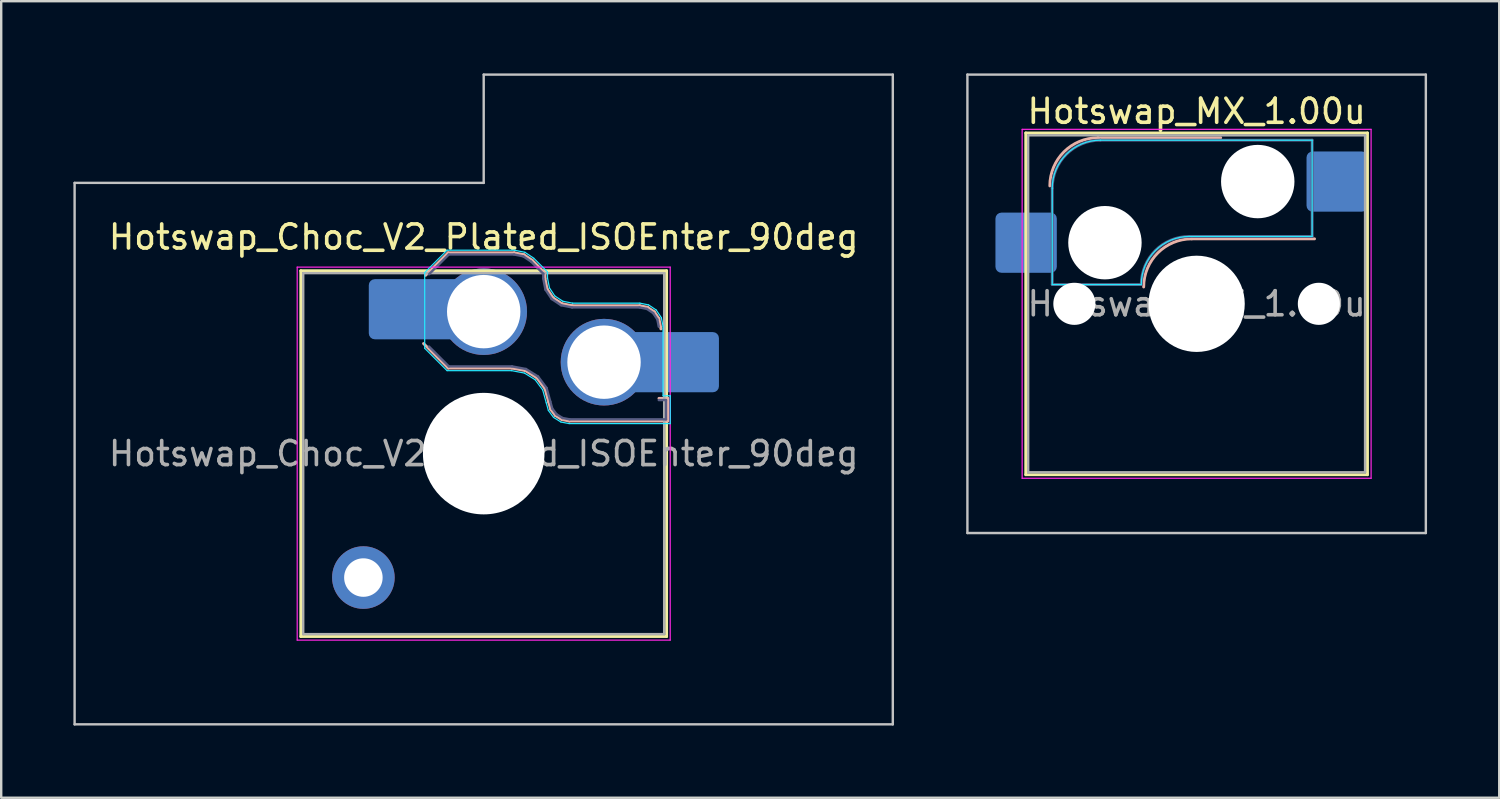
<source format=kicad_pcb>
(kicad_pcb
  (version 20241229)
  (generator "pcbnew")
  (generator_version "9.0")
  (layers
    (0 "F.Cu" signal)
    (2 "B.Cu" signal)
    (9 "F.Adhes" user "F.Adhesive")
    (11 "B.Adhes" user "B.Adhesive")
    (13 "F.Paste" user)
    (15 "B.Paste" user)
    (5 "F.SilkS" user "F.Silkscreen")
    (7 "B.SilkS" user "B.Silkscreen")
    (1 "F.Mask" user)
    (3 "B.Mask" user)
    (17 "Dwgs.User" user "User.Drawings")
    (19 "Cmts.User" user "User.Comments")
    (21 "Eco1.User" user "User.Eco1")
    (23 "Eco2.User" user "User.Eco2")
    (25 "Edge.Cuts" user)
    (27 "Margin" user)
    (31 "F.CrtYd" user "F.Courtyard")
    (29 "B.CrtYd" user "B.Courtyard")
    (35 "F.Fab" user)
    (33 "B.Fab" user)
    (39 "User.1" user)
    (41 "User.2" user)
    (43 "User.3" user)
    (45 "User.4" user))
  (footprint "Hotswap_MX_1.00u"
    (layer "F.Cu")
    (at 46.675 9.575)
    (property "Reference" "Hotswap_MX_1.00u" (at 0 -8 0) (layer "F.SilkS") (effects (font (size 1 1) (thickness 0.15))))
    (attr smd)
    (fp_line (start -7.1 -7.1) (end -7.1 7.1) (stroke (width 0.12) (type solid)) (layer "F.SilkS"))
    (fp_line (start -7.1 7.1) (end 7.1 7.1) (stroke (width 0.12) (type solid)) (layer "F.SilkS"))
    (fp_line (start 7.1 -7.1) (end -7.1 -7.1) (stroke (width 0.12) (type solid)) (layer "F.SilkS"))
    (fp_line (start 7.1 7.1) (end 7.1 -7.1) (stroke (width 0.12) (type solid)) (layer "F.SilkS"))
    (fp_line (start -4.1 -6.9) (end 1 -6.9) (stroke (width 0.12) (type solid)) (layer "B.SilkS"))
    (fp_line (start -0.2 -2.7) (end 4.9 -2.7) (stroke (width 0.12) (type solid)) (layer "B.SilkS"))
    (fp_arc (start -6.1 -4.9) (mid -5.514214 -6.314214) (end -4.1 -6.9) (stroke (width 0.12) (type solid)) (layer "B.SilkS"))
    (fp_arc (start -2.2 -0.7) (mid -1.614214 -2.114214) (end -0.2 -2.7) (stroke (width 0.12) (type solid)) (layer "B.SilkS"))
    (fp_line (start -9.525 -9.525) (end -9.525 9.525) (stroke (width 0.1) (type solid)) (layer "Dwgs.User"))
    (fp_line (start -9.525 9.525) (end 9.525 9.525) (stroke (width 0.1) (type solid)) (layer "Dwgs.User"))
    (fp_line (start 9.525 -9.525) (end -9.525 -9.525) (stroke (width 0.1) (type solid)) (layer "Dwgs.User"))
    (fp_line (start 9.525 9.525) (end 9.525 -9.525) (stroke (width 0.1) (type solid)) (layer "Dwgs.User"))
    (fp_line (start -7.8 -6) (end -7 -6) (stroke (width 0.1) (type solid)) (layer "Eco1.User"))
    (fp_line (start -7.8 -2.9) (end -7.8 -6) (stroke (width 0.1) (type solid)) (layer "Eco1.User"))
    (fp_line (start -7.8 2.9) (end -7 2.9) (stroke (width 0.1) (type solid)) (layer "Eco1.User"))
    (fp_line (start -7.8 6) (end -7.8 2.9) (stroke (width 0.1) (type solid)) (layer "Eco1.User"))
    (fp_line (start -7 -7) (end 7 -7) (stroke (width 0.1) (type solid)) (layer "Eco1.User"))
    (fp_line (start -7 -6) (end -7 -7) (stroke (width 0.1) (type solid)) (layer "Eco1.User"))
    (fp_line (start -7 -2.9) (end -7.8 -2.9) (stroke (width 0.1) (type solid)) (layer "Eco1.User"))
    (fp_line (start -7 2.9) (end -7 -2.9) (stroke (width 0.1) (type solid)) (layer "Eco1.User"))
    (fp_line (start -7 6) (end -7.8 6) (stroke (width 0.1) (type solid)) (layer "Eco1.User"))
    (fp_line (start -7 7) (end -7 6) (stroke (width 0.1) (type solid)) (layer "Eco1.User"))
    (fp_line (start 7 -7) (end 7 -6) (stroke (width 0.1) (type solid)) (layer "Eco1.User"))
    (fp_line (start 7 -6) (end 7.8 -6) (stroke (width 0.1) (type solid)) (layer "Eco1.User"))
    (fp_line (start 7 -2.9) (end 7 2.9) (stroke (width 0.1) (type solid)) (layer "Eco1.User"))
    (fp_line (start 7 2.9) (end 7.8 2.9) (stroke (width 0.1) (type solid)) (layer "Eco1.User"))
    (fp_line (start 7 6) (end 7 7) (stroke (width 0.1) (type solid)) (layer "Eco1.User"))
    (fp_line (start 7 7) (end -7 7) (stroke (width 0.1) (type solid)) (layer "Eco1.User"))
    (fp_line (start 7.8 -6) (end 7.8 -2.9) (stroke (width 0.1) (type solid)) (layer "Eco1.User"))
    (fp_line (start 7.8 -2.9) (end 7 -2.9) (stroke (width 0.1) (type solid)) (layer "Eco1.User"))
    (fp_line (start 7.8 2.9) (end 7.8 6) (stroke (width 0.1) (type solid)) (layer "Eco1.User"))
    (fp_line (start 7.8 6) (end 7 6) (stroke (width 0.1) (type solid)) (layer "Eco1.User"))
    (fp_line (start -6 -0.8) (end -6 -4.8) (stroke (width 0.05) (type solid)) (layer "B.CrtYd"))
    (fp_line (start -6 -0.8) (end -2.3 -0.8) (stroke (width 0.05) (type solid)) (layer "B.CrtYd"))
    (fp_line (start -4 -6.8) (end 4.8 -6.8) (stroke (width 0.05) (type solid)) (layer "B.CrtYd"))
    (fp_line (start -0.3 -2.8) (end 4.8 -2.8) (stroke (width 0.05) (type solid)) (layer "B.CrtYd"))
    (fp_line (start 4.8 -6.8) (end 4.8 -2.8) (stroke (width 0.05) (type solid)) (layer "B.CrtYd"))
    (fp_arc (start -6 -4.8) (mid -5.414214 -6.214214) (end -4 -6.8) (stroke (width 0.05) (type solid)) (layer "B.CrtYd"))
    (fp_arc (start -2.3 -0.8) (mid -1.714214 -2.214214) (end -0.3 -2.8) (stroke (width 0.05) (type solid)) (layer "B.CrtYd"))
    (fp_line (start -7.25 -7.25) (end -7.25 7.25) (stroke (width 0.05) (type solid)) (layer "F.CrtYd"))
    (fp_line (start -7.25 7.25) (end 7.25 7.25) (stroke (width 0.05) (type solid)) (layer "F.CrtYd"))
    (fp_line (start 7.25 -7.25) (end -7.25 -7.25) (stroke (width 0.05) (type solid)) (layer "F.CrtYd"))
    (fp_line (start 7.25 7.25) (end 7.25 -7.25) (stroke (width 0.05) (type solid)) (layer "F.CrtYd"))
    (fp_line (start -6 -0.8) (end -6 -4.8) (stroke (width 0.12) (type solid)) (layer "B.Fab"))
    (fp_line (start -6 -0.8) (end -2.3 -0.8) (stroke (width 0.12) (type solid)) (layer "B.Fab"))
    (fp_line (start -4 -6.8) (end 4.8 -6.8) (stroke (width 0.12) (type solid)) (layer "B.Fab"))
    (fp_line (start -0.3 -2.8) (end 4.8 -2.8) (stroke (width 0.12) (type solid)) (layer "B.Fab"))
    (fp_line (start 4.8 -6.8) (end 4.8 -2.8) (stroke (width 0.12) (type solid)) (layer "B.Fab"))
    (fp_arc (start -6 -4.8) (mid -5.414214 -6.214214) (end -4 -6.8) (stroke (width 0.12) (type solid)) (layer "B.Fab"))
    (fp_arc (start -2.3 -0.8) (mid -1.714214 -2.214214) (end -0.3 -2.8) (stroke (width 0.12) (type solid)) (layer "B.Fab"))
    (fp_line (start -7 -7) (end -7 7) (stroke (width 0.1) (type solid)) (layer "F.Fab"))
    (fp_line (start -7 7) (end 7 7) (stroke (width 0.1) (type solid)) (layer "F.Fab"))
    (fp_line (start 7 -7) (end -7 -7) (stroke (width 0.1) (type solid)) (layer "F.Fab"))
    (fp_line (start 7 7) (end 7 -7) (stroke (width 0.1) (type solid)) (layer "F.Fab"))
    (fp_text user "${REFERENCE}" (at 0 0 0) (layer "F.Fab") (effects (font (size 1 1) (thickness 0.15))))
    (pad "" np_thru_hole circle (at -5.08 0) (size 1.75 1.75) (drill 1.75) (layers "*.Cu" "*.Mask"))
    (pad "" np_thru_hole circle (at -3.81 -2.54) (size 3.05 3.05) (drill 3.05) (layers "*.Cu" "*.Mask"))
    (pad "" np_thru_hole circle (at 0 0) (size 4 4) (drill 4) (layers "*.Cu" "*.Mask"))
    (pad "" np_thru_hole circle (at 2.54 -5.08) (size 3.05 3.05) (drill 3.05) (layers "*.Cu" "*.Mask"))
    (pad "" np_thru_hole circle (at 5.08 0) (size 1.75 1.75) (drill 1.75) (layers "*.Cu" "*.Mask"))
    (pad "1" smd roundrect (at -7.085 -2.54) (size 2.55 2.5) (layers "B.Cu" "B.Mask" "B.Paste") (roundrect_rratio 0.1))
    (pad "2" smd roundrect (at 5.842 -5.08) (size 2.55 2.5) (layers "B.Cu" "B.Mask" "B.Paste") (roundrect_rratio 0.1)))
  (footprint "Hotswap_Choc_V2_Plated_ISOEnter_90deg"
    (layer "F.Cu")
    (at 17.05 15.8)
    (property "Reference" "Hotswap_Choc_V2_Plated_ISOEnter_90deg" (at 0 -9 0) (layer "F.SilkS") (effects (font (size 1 1) (thickness 0.15))))
    (attr smd allow_soldermask_bridges)
    (fp_line (start -7.6 -7.6) (end -7.6 7.6) (stroke (width 0.12) (type solid)) (layer "F.SilkS"))
    (fp_line (start -7.6 7.6) (end 7.6 7.6) (stroke (width 0.12) (type solid)) (layer "F.SilkS"))
    (fp_line (start 7.6 -7.6) (end -7.6 -7.6) (stroke (width 0.12) (type solid)) (layer "F.SilkS"))
    (fp_line (start 7.6 7.6) (end 7.6 -7.6) (stroke (width 0.12) (type solid)) (layer "F.SilkS"))
    (fp_line (start -2.416 -7.409) (end -1.479 -8.346) (stroke (width 0.12) (type solid)) (layer "B.SilkS"))
    (fp_line (start -1.479 -8.346) (end 1.268 -8.346) (stroke (width 0.12) (type solid)) (layer "B.SilkS"))
    (fp_line (start -1.479 -3.554) (end -2.5 -4.575) (stroke (width 0.12) (type solid)) (layer "B.SilkS"))
    (fp_line (start 1.168 -3.554) (end -1.479 -3.554) (stroke (width 0.12) (type solid)) (layer "B.SilkS"))
    (fp_line (start 1.268 -8.346) (end 1.671 -8.266) (stroke (width 0.12) (type solid)) (layer "B.SilkS"))
    (fp_line (start 1.671 -8.266) (end 2.013 -8.037) (stroke (width 0.12) (type solid)) (layer "B.SilkS"))
    (fp_line (start 1.73 -3.449) (end 1.168 -3.554) (stroke (width 0.12) (type solid)) (layer "B.SilkS"))
    (fp_line (start 2.013 -8.037) (end 2.546 -7.504) (stroke (width 0.12) (type solid)) (layer "B.SilkS"))
    (fp_line (start 2.209 -3.15) (end 1.73 -3.449) (stroke (width 0.12) (type solid)) (layer "B.SilkS"))
    (fp_line (start 2.546 -7.504) (end 2.546 -7.282) (stroke (width 0.12) (type solid)) (layer "B.SilkS"))
    (fp_line (start 2.546 -7.282) (end 2.633 -6.844) (stroke (width 0.12) (type solid)) (layer "B.SilkS"))
    (fp_line (start 2.547 -2.697) (end 2.209 -3.15) (stroke (width 0.12) (type solid)) (layer "B.SilkS"))
    (fp_line (start 2.633 -6.844) (end 2.877 -6.477) (stroke (width 0.12) (type solid)) (layer "B.SilkS"))
    (fp_line (start 2.701 -2.139) (end 2.547 -2.697) (stroke (width 0.12) (type solid)) (layer "B.SilkS"))
    (fp_line (start 2.783 -1.841) (end 2.701 -2.139) (stroke (width 0.12) (type solid)) (layer "B.SilkS"))
    (fp_line (start 2.877 -6.477) (end 3.244 -6.233) (stroke (width 0.12) (type solid)) (layer "B.SilkS"))
    (fp_line (start 2.976 -1.583) (end 2.783 -1.841) (stroke (width 0.12) (type solid)) (layer "B.SilkS"))
    (fp_line (start 3.244 -6.233) (end 3.682 -6.146) (stroke (width 0.12) (type solid)) (layer "B.SilkS"))
    (fp_line (start 3.25 -1.413) (end 2.976 -1.583) (stroke (width 0.12) (type solid)) (layer "B.SilkS"))
    (fp_line (start 3.56 -1.354) (end 3.25 -1.413) (stroke (width 0.12) (type solid)) (layer "B.SilkS"))
    (fp_line (start 3.682 -6.146) (end 6.482 -6.146) (stroke (width 0.12) (type solid)) (layer "B.SilkS"))
    (fp_line (start 6.482 -6.146) (end 6.809 -6.081) (stroke (width 0.12) (type solid)) (layer "B.SilkS"))
    (fp_line (start 6.809 -6.081) (end 7.092 -5.892) (stroke (width 0.12) (type solid)) (layer "B.SilkS"))
    (fp_line (start 7.092 -5.892) (end 7.281 -5.609) (stroke (width 0.12) (type solid)) (layer "B.SilkS"))
    (fp_line (start 7.281 -5.609) (end 7.366 -5.182) (stroke (width 0.12) (type solid)) (layer "B.SilkS"))
    (fp_line (start 7.283 -2.296) (end 7.646 -2.296) (stroke (width 0.12) (type solid)) (layer "B.SilkS"))
    (fp_line (start 7.646 -2.296) (end 7.646 -1.354) (stroke (width 0.12) (type solid)) (layer "B.SilkS"))
    (fp_line (start 7.646 -1.354) (end 3.56 -1.354) (stroke (width 0.12) (type solid)) (layer "B.SilkS"))
    (fp_line (start -17 -11.25) (end -17 11.25) (stroke (width 0.1) (type solid)) (layer "Dwgs.User"))
    (fp_line (start -17 11.25) (end 17 11.25) (stroke (width 0.1) (type solid)) (layer "Dwgs.User"))
    (fp_line (start 0 -15.75) (end 0 -11.25) (stroke (width 0.1) (type solid)) (layer "Dwgs.User"))
    (fp_line (start 0 -11.25) (end -17 -11.25) (stroke (width 0.1) (type solid)) (layer "Dwgs.User"))
    (fp_line (start 17 -15.75) (end 0 -15.75) (stroke (width 0.1) (type solid)) (layer "Dwgs.User"))
    (fp_line (start 17 11.25) (end 17 -15.75) (stroke (width 0.1) (type solid)) (layer "Dwgs.User"))
    (fp_line (start -7.25 -7.25) (end -7.25 7.25) (stroke (width 0.1) (type solid)) (layer "Eco1.User"))
    (fp_line (start -7.25 7.25) (end 7.25 7.25) (stroke (width 0.1) (type solid)) (layer "Eco1.User"))
    (fp_line (start 7.25 -7.25) (end -7.25 -7.25) (stroke (width 0.1) (type solid)) (layer "Eco1.User"))
    (fp_line (start 7.25 7.25) (end 7.25 -7.25) (stroke (width 0.1) (type solid)) (layer "Eco1.User"))
    (fp_line (start -2.452 -7.523) (end -1.523 -8.452) (stroke (width 0.05) (type solid)) (layer "B.CrtYd"))
    (fp_line (start -2.452 -4.377) (end -2.452 -7.523) (stroke (width 0.05) (type solid)) (layer "B.CrtYd"))
    (fp_line (start -1.523 -8.452) (end 1.278 -8.452) (stroke (width 0.05) (type solid)) (layer "B.CrtYd"))
    (fp_line (start -1.523 -3.448) (end -2.452 -4.377) (stroke (width 0.05) (type solid)) (layer "B.CrtYd"))
    (fp_line (start 1.159 -3.448) (end -1.523 -3.448) (stroke (width 0.05) (type solid)) (layer "B.CrtYd"))
    (fp_line (start 1.278 -8.452) (end 1.712 -8.366) (stroke (width 0.05) (type solid)) (layer "B.CrtYd"))
    (fp_line (start 1.691 -3.348) (end 1.159 -3.448) (stroke (width 0.05) (type solid)) (layer "B.CrtYd"))
    (fp_line (start 1.712 -8.366) (end 2.081 -8.119) (stroke (width 0.05) (type solid)) (layer "B.CrtYd"))
    (fp_line (start 2.081 -8.119) (end 2.652 -7.548) (stroke (width 0.05) (type solid)) (layer "B.CrtYd"))
    (fp_line (start 2.136 -3.071) (end 1.691 -3.348) (stroke (width 0.05) (type solid)) (layer "B.CrtYd"))
    (fp_line (start 2.45 -2.65) (end 2.136 -3.071) (stroke (width 0.05) (type solid)) (layer "B.CrtYd"))
    (fp_line (start 2.599 -2.111) (end 2.45 -2.65) (stroke (width 0.05) (type solid)) (layer "B.CrtYd"))
    (fp_line (start 2.652 -7.548) (end 2.652 -7.292) (stroke (width 0.05) (type solid)) (layer "B.CrtYd"))
    (fp_line (start 2.652 -7.292) (end 2.733 -6.885) (stroke (width 0.05) (type solid)) (layer "B.CrtYd"))
    (fp_line (start 2.687 -1.794) (end 2.599 -2.111) (stroke (width 0.05) (type solid)) (layer "B.CrtYd"))
    (fp_line (start 2.733 -6.885) (end 2.953 -6.553) (stroke (width 0.05) (type solid)) (layer "B.CrtYd"))
    (fp_line (start 2.903 -1.503) (end 2.687 -1.794) (stroke (width 0.05) (type solid)) (layer "B.CrtYd"))
    (fp_line (start 2.953 -6.553) (end 3.285 -6.333) (stroke (width 0.05) (type solid)) (layer "B.CrtYd"))
    (fp_line (start 3.211 -1.312) (end 2.903 -1.503) (stroke (width 0.05) (type solid)) (layer "B.CrtYd"))
    (fp_line (start 3.285 -6.333) (end 3.692 -6.252) (stroke (width 0.05) (type solid)) (layer "B.CrtYd"))
    (fp_line (start 3.55 -1.248) (end 3.211 -1.312) (stroke (width 0.05) (type solid)) (layer "B.CrtYd"))
    (fp_line (start 3.692 -6.252) (end 6.492 -6.252) (stroke (width 0.05) (type solid)) (layer "B.CrtYd"))
    (fp_line (start 6.492 -6.252) (end 6.85 -6.181) (stroke (width 0.05) (type solid)) (layer "B.CrtYd"))
    (fp_line (start 6.85 -6.181) (end 7.168 -5.968) (stroke (width 0.05) (type solid)) (layer "B.CrtYd"))
    (fp_line (start 7.168 -5.968) (end 7.381 -5.65) (stroke (width 0.05) (type solid)) (layer "B.CrtYd"))
    (fp_line (start 7.381 -5.65) (end 7.452 -5.292) (stroke (width 0.05) (type solid)) (layer "B.CrtYd"))
    (fp_line (start 7.452 -5.292) (end 7.452 -2.402) (stroke (width 0.05) (type solid)) (layer "B.CrtYd"))
    (fp_line (start 7.452 -2.402) (end 7.752 -2.402) (stroke (width 0.05) (type solid)) (layer "B.CrtYd"))
    (fp_line (start 7.752 -2.402) (end 7.752 -1.248) (stroke (width 0.05) (type solid)) (layer "B.CrtYd"))
    (fp_line (start 7.752 -1.248) (end 3.55 -1.248) (stroke (width 0.05) (type solid)) (layer "B.CrtYd"))
    (fp_line (start -7.75 -7.75) (end -7.75 7.75) (stroke (width 0.05) (type solid)) (layer "F.CrtYd"))
    (fp_line (start -7.75 7.75) (end 7.75 7.75) (stroke (width 0.05) (type solid)) (layer "F.CrtYd"))
    (fp_line (start 7.75 -7.75) (end -7.75 -7.75) (stroke (width 0.05) (type solid)) (layer "F.CrtYd"))
    (fp_line (start 7.75 7.75) (end 7.75 -7.75) (stroke (width 0.05) (type solid)) (layer "F.CrtYd"))
    (fp_line (start -2.275 -7.45) (end -1.45 -8.275) (stroke (width 0.1) (type solid)) (layer "B.Fab"))
    (fp_line (start -1.45 -8.275) (end 1.261 -8.275) (stroke (width 0.1) (type solid)) (layer "B.Fab"))
    (fp_line (start -1.45 -3.625) (end -2.275 -4.45) (stroke (width 0.1) (type solid)) (layer "B.Fab"))
    (fp_line (start 1.175 -3.625) (end -1.45 -3.625) (stroke (width 0.1) (type solid)) (layer "B.Fab"))
    (fp_line (start 1.261 -8.275) (end 1.643 -8.199) (stroke (width 0.1) (type solid)) (layer "B.Fab"))
    (fp_line (start 1.643 -8.199) (end 1.968 -7.982) (stroke (width 0.1) (type solid)) (layer "B.Fab"))
    (fp_line (start 1.756 -3.516) (end 1.175 -3.625) (stroke (width 0.1) (type solid)) (layer "B.Fab"))
    (fp_line (start 1.968 -7.982) (end 2.475 -7.475) (stroke (width 0.1) (type solid)) (layer "B.Fab"))
    (fp_line (start 2.258 -3.203) (end 1.756 -3.516) (stroke (width 0.1) (type solid)) (layer "B.Fab"))
    (fp_line (start 2.475 -7.475) (end 2.475 -7.275) (stroke (width 0.1) (type solid)) (layer "B.Fab"))
    (fp_line (start 2.475 -7.275) (end 2.566 -6.816) (stroke (width 0.1) (type solid)) (layer "B.Fab"))
    (fp_line (start 2.566 -6.816) (end 2.826 -6.426) (stroke (width 0.1) (type solid)) (layer "B.Fab"))
    (fp_line (start 2.612 -2.729) (end 2.258 -3.203) (stroke (width 0.1) (type solid)) (layer "B.Fab"))
    (fp_line (start 2.769 -2.158) (end 2.612 -2.729) (stroke (width 0.1) (type solid)) (layer "B.Fab"))
    (fp_line (start 2.826 -6.426) (end 3.216 -6.166) (stroke (width 0.1) (type solid)) (layer "B.Fab"))
    (fp_line (start 2.848 -1.873) (end 2.769 -2.158) (stroke (width 0.1) (type solid)) (layer "B.Fab"))
    (fp_line (start 3.025 -1.636) (end 2.848 -1.873) (stroke (width 0.1) (type solid)) (layer "B.Fab"))
    (fp_line (start 3.216 -6.166) (end 3.675 -6.075) (stroke (width 0.1) (type solid)) (layer "B.Fab"))
    (fp_line (start 3.276 -1.48) (end 3.025 -1.636) (stroke (width 0.1) (type solid)) (layer "B.Fab"))
    (fp_line (start 3.567 -1.425) (end 3.276 -1.48) (stroke (width 0.1) (type solid)) (layer "B.Fab"))
    (fp_line (start 3.675 -6.075) (end 6.475 -6.075) (stroke (width 0.1) (type solid)) (layer "B.Fab"))
    (fp_line (start 6.475 -6.075) (end 6.781 -6.014) (stroke (width 0.1) (type solid)) (layer "B.Fab"))
    (fp_line (start 6.781 -6.014) (end 7.041 -5.841) (stroke (width 0.1) (type solid)) (layer "B.Fab"))
    (fp_line (start 7.041 -5.841) (end 7.214 -5.581) (stroke (width 0.1) (type solid)) (layer "B.Fab"))
    (fp_line (start 7.214 -5.581) (end 7.275 -5.275) (stroke (width 0.1) (type solid)) (layer "B.Fab"))
    (fp_line (start 7.275 -2.225) (end 7.575 -2.225) (stroke (width 0.1) (type solid)) (layer "B.Fab"))
    (fp_line (start 7.575 -2.225) (end 7.575 -1.425) (stroke (width 0.1) (type solid)) (layer "B.Fab"))
    (fp_line (start 7.575 -1.425) (end 3.567 -1.425) (stroke (width 0.1) (type solid)) (layer "B.Fab"))
    (fp_line (start -7.5 -7.5) (end -7.5 7.5) (stroke (width 0.1) (type solid)) (layer "F.Fab"))
    (fp_line (start -7.5 7.5) (end 7.5 7.5) (stroke (width 0.1) (type solid)) (layer "F.Fab"))
    (fp_line (start 7.5 -7.5) (end -7.5 -7.5) (stroke (width 0.1) (type solid)) (layer "F.Fab"))
    (fp_line (start 7.5 7.5) (end 7.5 -7.5) (stroke (width 0.1) (type solid)) (layer "F.Fab"))
    (fp_text user "${REFERENCE}" (at 0 0 0) (layer "F.Fab") (effects (font (size 1 1) (thickness 0.15))))
    (pad "" thru_hole circle (at -5 5.15) (size 2.6 2.6) (drill 1.6) (layers "*.Cu" "*.Mask"))
    (pad "" smd roundrect (at -3.5 -6) (size 2.55 2.5) (layers "B.Mask" "B.Paste") (roundrect_rratio 0.1))
    (pad "" np_thru_hole circle (at 0 0) (size 5.05 5.05) (drill 5.05) (layers "*.Cu" "*.Mask"))
    (pad "" smd roundrect (at 8.5 -3.8) (size 2.55 2.5) (layers "B.Mask" "B.Paste") (roundrect_rratio 0.1))
    (pad "1" smd roundrect (at -2.85 -6) (size 3.85 2.5) (layers "B.Cu") (roundrect_rratio 0.1))
    (pad "1" thru_hole circle (at 0 -5.9) (size 3.6 3.6) (drill 3.05) (layers "*.Cu" "*.Mask"))
    (pad "2" thru_hole circle (at 5 -3.8) (size 3.6 3.6) (drill 3.05) (layers "*.Cu" "*.Mask"))
    (pad "2" smd roundrect (at 7.85 -3.8) (size 3.85 2.5) (layers "B.Cu") (roundrect_rratio 0.1)))
  (gr_rect
    (start -3 -3)
    (end 59.25 30.1)
    (stroke (width 0.1) (type default))
    (fill no)
    (layer "Edge.Cuts")))
</source>
